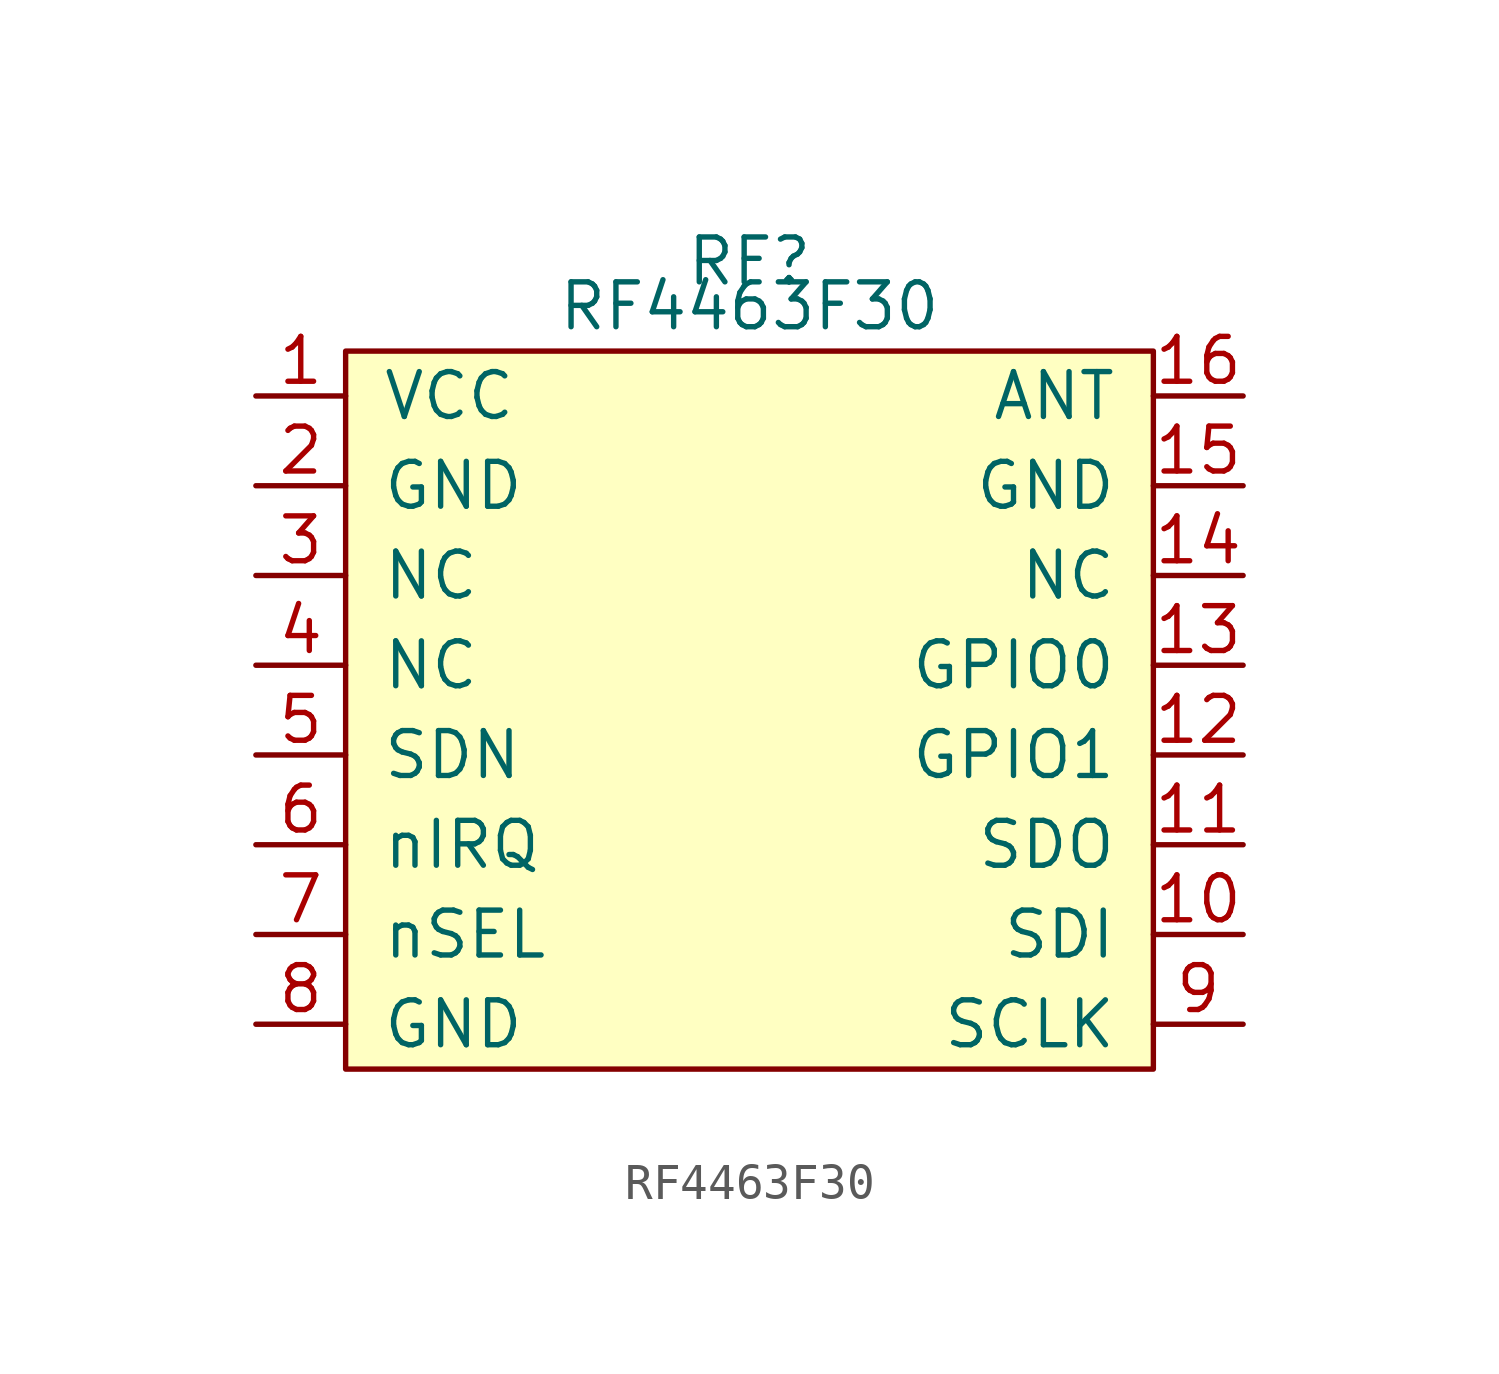
<source format=kicad_sym>
(kicad_symbol_lib
  (version 20211014)
  (generator kicad_symbol_editor)
  (symbol "RF4463F30"
    (pin_names
      (offset 1.016))
    (property "Reference" "RF"
      (at 0 13.97 0)
      (effects (font (size 1.27 1.27))))
    (property "Value" "RF4463F30"
      (at 0 12.7 0)
      (effects (font (size 1.27 1.27))))
    (symbol "RF4463F30_0_1"
      (rectangle (start -11.43 11.43) (end 11.43 -8.89) (stroke (width 0) (type default) (color 0 0 0 0)) (fill (type background))))
    (symbol "RF4463F30_1_1"
      (pin input line (at -13.97 10.16 0) (length 2.54) (name "VCC" (effects (font (size 1.27 1.27)))) (number "1" (effects (font (size 1.27 1.27)))))
      (pin input line (at 13.97 -5.08 180) (length 2.54) (name "SDI" (effects (font (size 1.27 1.27)))) (number "10" (effects (font (size 1.27 1.27)))))
      (pin input line (at 13.97 -2.54 180) (length 2.54) (name "SDO" (effects (font (size 1.27 1.27)))) (number "11" (effects (font (size 1.27 1.27)))))
      (pin input line (at 13.97 0 180) (length 2.54) (name "GPIO1" (effects (font (size 1.27 1.27)))) (number "12" (effects (font (size 1.27 1.27)))))
      (pin input line (at 13.97 2.54 180) (length 2.54) (name "GPIO0" (effects (font (size 1.27 1.27)))) (number "13" (effects (font (size 1.27 1.27)))))
      (pin input line (at 13.97 5.08 180) (length 2.54) (name "NC" (effects (font (size 1.27 1.27)))) (number "14" (effects (font (size 1.27 1.27)))))
      (pin input line (at 13.97 7.62 180) (length 2.54) (name "GND" (effects (font (size 1.27 1.27)))) (number "15" (effects (font (size 1.27 1.27)))))
      (pin input line (at 13.97 10.16 180) (length 2.54) (name "ANT" (effects (font (size 1.27 1.27)))) (number "16" (effects (font (size 1.27 1.27)))))
      (pin input line (at -13.97 7.62 0) (length 2.54) (name "GND" (effects (font (size 1.27 1.27)))) (number "2" (effects (font (size 1.27 1.27)))))
      (pin input line (at -13.97 5.08 0) (length 2.54) (name "NC" (effects (font (size 1.27 1.27)))) (number "3" (effects (font (size 1.27 1.27)))))
      (pin input line (at -13.97 2.54 0) (length 2.54) (name "NC" (effects (font (size 1.27 1.27)))) (number "4" (effects (font (size 1.27 1.27)))))
      (pin input line (at -13.97 0 0) (length 2.54) (name "SDN" (effects (font (size 1.27 1.27)))) (number "5" (effects (font (size 1.27 1.27)))))
      (pin input line (at -13.97 -2.54 0) (length 2.54) (name "nIRQ" (effects (font (size 1.27 1.27)))) (number "6" (effects (font (size 1.27 1.27)))))
      (pin input line (at -13.97 -5.08 0) (length 2.54) (name "nSEL" (effects (font (size 1.27 1.27)))) (number "7" (effects (font (size 1.27 1.27)))))
      (pin input line (at -13.97 -7.62 0) (length 2.54) (name "GND" (effects (font (size 1.27 1.27)))) (number "8" (effects (font (size 1.27 1.27)))))
      (pin input line (at 13.97 -7.62 180) (length 2.54) (name "SCLK" (effects (font (size 1.27 1.27)))) (number "9" (effects (font (size 1.27 1.27))))))))
</source>
